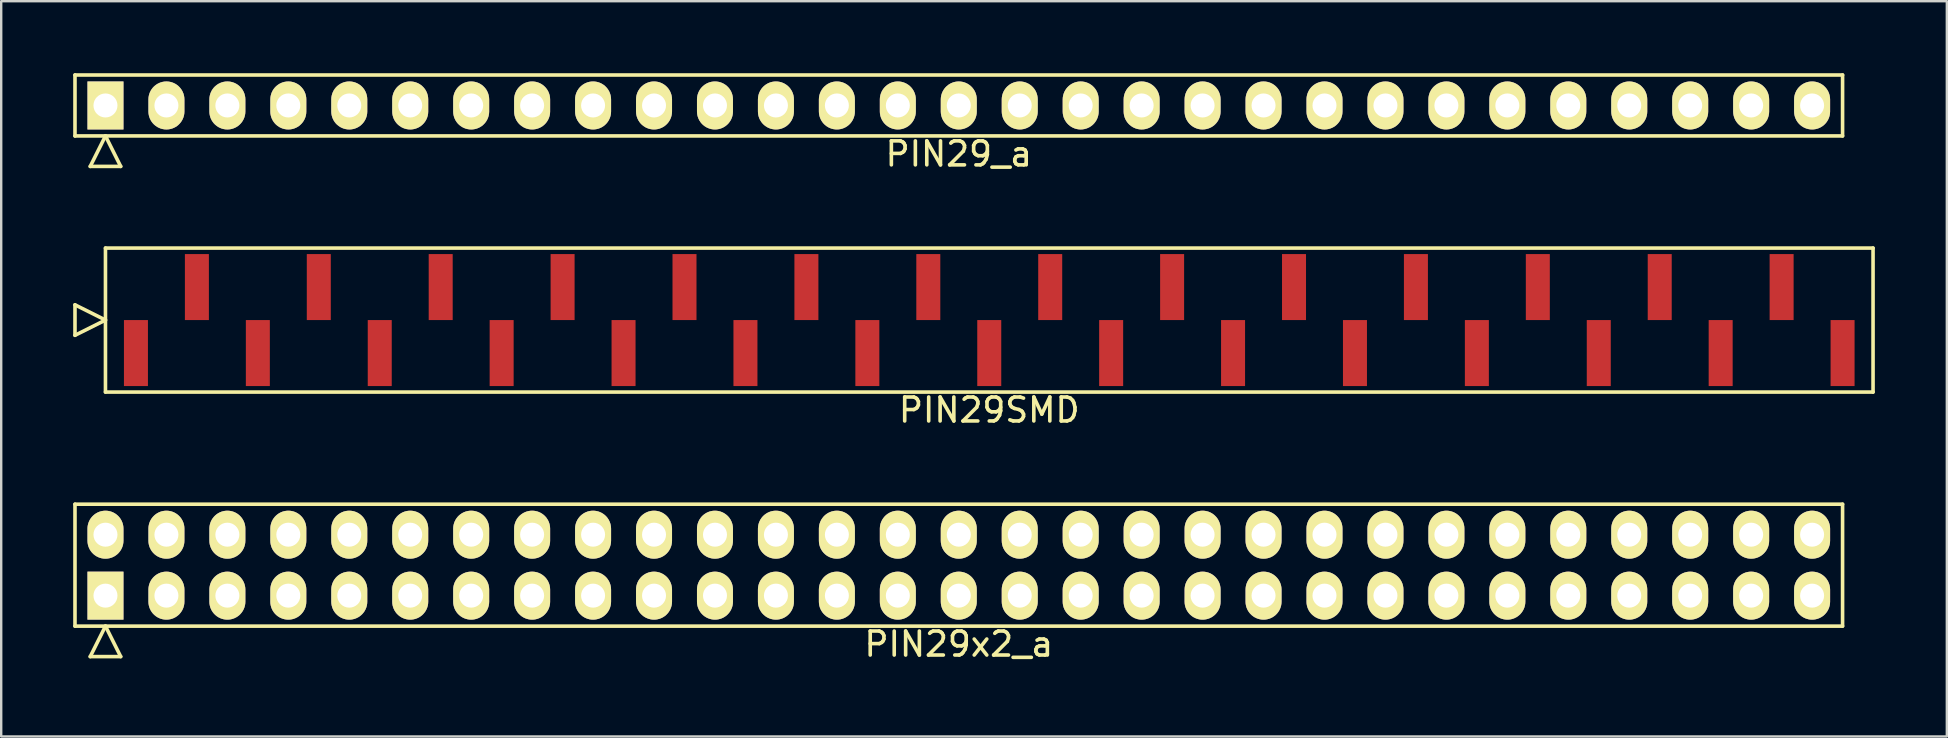
<source format=kicad_pcb>
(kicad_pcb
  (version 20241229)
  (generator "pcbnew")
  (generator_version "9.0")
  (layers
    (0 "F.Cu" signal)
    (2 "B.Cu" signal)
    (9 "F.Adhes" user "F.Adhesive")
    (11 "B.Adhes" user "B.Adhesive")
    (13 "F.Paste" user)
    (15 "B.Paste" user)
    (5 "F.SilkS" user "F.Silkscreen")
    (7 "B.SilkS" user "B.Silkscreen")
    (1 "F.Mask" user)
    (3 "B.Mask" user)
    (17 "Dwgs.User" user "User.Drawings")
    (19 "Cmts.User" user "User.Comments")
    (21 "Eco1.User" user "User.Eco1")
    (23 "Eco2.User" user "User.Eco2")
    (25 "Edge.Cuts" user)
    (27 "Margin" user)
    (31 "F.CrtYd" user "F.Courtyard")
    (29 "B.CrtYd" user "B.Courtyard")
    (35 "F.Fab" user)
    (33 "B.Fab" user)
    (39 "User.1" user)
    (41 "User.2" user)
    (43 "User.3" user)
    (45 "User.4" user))
  (footprint "PIN29x2_a"
    (layer "F.Cu")
    (at 36.905 20.502)
    (property "Reference" "PIN29x2_a" (at 0 3.29 0) (layer "F.SilkS") (effects (font (size 1 1) (thickness 0.15))))
    (attr through_hole)
    (fp_line (start -36.83 -2.54) (end -36.83 2.54) (stroke (width 0.15) (type solid)) (layer "F.SilkS"))
    (fp_line (start -36.83 2.54) (end 36.83 2.54) (stroke (width 0.15) (type solid)) (layer "F.SilkS"))
    (fp_line (start -36.195 3.81) (end -35.56 2.54) (stroke (width 0.15) (type solid)) (layer "F.SilkS"))
    (fp_line (start -36.195 3.81) (end -34.925 3.81) (stroke (width 0.15) (type solid)) (layer "F.SilkS"))
    (fp_line (start -34.925 3.81) (end -35.56 2.54) (stroke (width 0.15) (type solid)) (layer "F.SilkS"))
    (fp_line (start 36.83 -2.54) (end -36.83 -2.54) (stroke (width 0.15) (type solid)) (layer "F.SilkS"))
    (fp_line (start 36.83 2.54) (end 36.83 -2.54) (stroke (width 0.15) (type solid)) (layer "F.SilkS"))
    (pad "1" thru_hole rect (at -35.56 1.27) (size 1.5 2) (drill 1) (layers "*.Cu" "*.Mask" "F.SilkS"))
    (pad "2" thru_hole oval (at -35.56 -1.27) (size 1.5 2) (drill 1) (layers "*.Cu" "*.Mask" "F.SilkS"))
    (pad "3" thru_hole oval (at -33.02 1.27) (size 1.5 2) (drill 1) (layers "*.Cu" "*.Mask" "F.SilkS"))
    (pad "4" thru_hole oval (at -33.02 -1.27) (size 1.5 2) (drill 1) (layers "*.Cu" "*.Mask" "F.SilkS"))
    (pad "5" thru_hole oval (at -30.48 1.27) (size 1.5 2) (drill 1) (layers "*.Cu" "*.Mask" "F.SilkS"))
    (pad "6" thru_hole oval (at -30.48 -1.27) (size 1.5 2) (drill 1) (layers "*.Cu" "*.Mask" "F.SilkS"))
    (pad "7" thru_hole oval (at -27.94 1.27) (size 1.5 2) (drill 1) (layers "*.Cu" "*.Mask" "F.SilkS"))
    (pad "8" thru_hole oval (at -27.94 -1.27) (size 1.5 2) (drill 1) (layers "*.Cu" "*.Mask" "F.SilkS"))
    (pad "9" thru_hole oval (at -25.4 1.27) (size 1.5 2) (drill 1) (layers "*.Cu" "*.Mask" "F.SilkS"))
    (pad "10" thru_hole oval (at -25.4 -1.27) (size 1.5 2) (drill 1) (layers "*.Cu" "*.Mask" "F.SilkS"))
    (pad "11" thru_hole oval (at -22.86 1.27) (size 1.5 2) (drill 1) (layers "*.Cu" "*.Mask" "F.SilkS"))
    (pad "12" thru_hole oval (at -22.86 -1.27) (size 1.5 2) (drill 1) (layers "*.Cu" "*.Mask" "F.SilkS"))
    (pad "13" thru_hole oval (at -20.32 1.27) (size 1.5 2) (drill 1) (layers "*.Cu" "*.Mask" "F.SilkS"))
    (pad "14" thru_hole oval (at -20.32 -1.27) (size 1.5 2) (drill 1) (layers "*.Cu" "*.Mask" "F.SilkS"))
    (pad "15" thru_hole oval (at -17.78 1.27) (size 1.5 2) (drill 1) (layers "*.Cu" "*.Mask" "F.SilkS"))
    (pad "16" thru_hole oval (at -17.78 -1.27) (size 1.5 2) (drill 1) (layers "*.Cu" "*.Mask" "F.SilkS"))
    (pad "17" thru_hole oval (at -15.24 1.27) (size 1.5 2) (drill 1) (layers "*.Cu" "*.Mask" "F.SilkS"))
    (pad "18" thru_hole oval (at -15.24 -1.27) (size 1.5 2) (drill 1) (layers "*.Cu" "*.Mask" "F.SilkS"))
    (pad "19" thru_hole oval (at -12.7 1.27) (size 1.5 2) (drill 1) (layers "*.Cu" "*.Mask" "F.SilkS"))
    (pad "20" thru_hole oval (at -12.7 -1.27) (size 1.5 2) (drill 1) (layers "*.Cu" "*.Mask" "F.SilkS"))
    (pad "21" thru_hole oval (at -10.16 1.27) (size 1.5 2) (drill 1) (layers "*.Cu" "*.Mask" "F.SilkS"))
    (pad "22" thru_hole oval (at -10.16 -1.27) (size 1.5 2) (drill 1) (layers "*.Cu" "*.Mask" "F.SilkS"))
    (pad "23" thru_hole oval (at -7.62 1.27) (size 1.5 2) (drill 1) (layers "*.Cu" "*.Mask" "F.SilkS"))
    (pad "24" thru_hole oval (at -7.62 -1.27) (size 1.5 2) (drill 1) (layers "*.Cu" "*.Mask" "F.SilkS"))
    (pad "25" thru_hole oval (at -5.08 1.27) (size 1.5 2) (drill 1) (layers "*.Cu" "*.Mask" "F.SilkS"))
    (pad "26" thru_hole oval (at -5.08 -1.27) (size 1.5 2) (drill 1) (layers "*.Cu" "*.Mask" "F.SilkS"))
    (pad "27" thru_hole oval (at -2.54 1.27) (size 1.5 2) (drill 1) (layers "*.Cu" "*.Mask" "F.SilkS"))
    (pad "28" thru_hole oval (at -2.54 -1.27) (size 1.5 2) (drill 1) (layers "*.Cu" "*.Mask" "F.SilkS"))
    (pad "29" thru_hole oval (at 0 1.27) (size 1.5 2) (drill 1) (layers "*.Cu" "*.Mask" "F.SilkS"))
    (pad "30" thru_hole oval (at 0 -1.27) (size 1.5 2) (drill 1) (layers "*.Cu" "*.Mask" "F.SilkS"))
    (pad "31" thru_hole oval (at 2.54 1.27) (size 1.5 2) (drill 1) (layers "*.Cu" "*.Mask" "F.SilkS"))
    (pad "32" thru_hole oval (at 2.54 -1.27) (size 1.5 2) (drill 1) (layers "*.Cu" "*.Mask" "F.SilkS"))
    (pad "33" thru_hole oval (at 5.08 1.27) (size 1.5 2) (drill 1) (layers "*.Cu" "*.Mask" "F.SilkS"))
    (pad "34" thru_hole oval (at 5.08 -1.27) (size 1.5 2) (drill 1) (layers "*.Cu" "*.Mask" "F.SilkS"))
    (pad "35" thru_hole oval (at 7.62 1.27) (size 1.5 2) (drill 1) (layers "*.Cu" "*.Mask" "F.SilkS"))
    (pad "36" thru_hole oval (at 7.62 -1.27) (size 1.5 2) (drill 1) (layers "*.Cu" "*.Mask" "F.SilkS"))
    (pad "37" thru_hole oval (at 10.16 1.27) (size 1.5 2) (drill 1) (layers "*.Cu" "*.Mask" "F.SilkS"))
    (pad "38" thru_hole oval (at 10.16 -1.27) (size 1.5 2) (drill 1) (layers "*.Cu" "*.Mask" "F.SilkS"))
    (pad "39" thru_hole oval (at 12.7 1.27) (size 1.5 2) (drill 1) (layers "*.Cu" "*.Mask" "F.SilkS"))
    (pad "40" thru_hole oval (at 12.7 -1.27) (size 1.5 2) (drill 1) (layers "*.Cu" "*.Mask" "F.SilkS"))
    (pad "41" thru_hole oval (at 15.24 1.27) (size 1.5 2) (drill 1) (layers "*.Cu" "*.Mask" "F.SilkS"))
    (pad "42" thru_hole oval (at 15.24 -1.27) (size 1.5 2) (drill 1) (layers "*.Cu" "*.Mask" "F.SilkS"))
    (pad "43" thru_hole oval (at 17.78 1.27) (size 1.5 2) (drill 1) (layers "*.Cu" "*.Mask" "F.SilkS"))
    (pad "44" thru_hole oval (at 17.78 -1.27) (size 1.5 2) (drill 1) (layers "*.Cu" "*.Mask" "F.SilkS"))
    (pad "45" thru_hole oval (at 20.32 1.27) (size 1.5 2) (drill 1) (layers "*.Cu" "*.Mask" "F.SilkS"))
    (pad "46" thru_hole oval (at 20.32 -1.27) (size 1.5 2) (drill 1) (layers "*.Cu" "*.Mask" "F.SilkS"))
    (pad "47" thru_hole oval (at 22.86 1.27) (size 1.5 2) (drill 1) (layers "*.Cu" "*.Mask" "F.SilkS"))
    (pad "48" thru_hole oval (at 22.86 -1.27) (size 1.5 2) (drill 1) (layers "*.Cu" "*.Mask" "F.SilkS"))
    (pad "49" thru_hole oval (at 25.4 1.27) (size 1.5 2) (drill 1) (layers "*.Cu" "*.Mask" "F.SilkS"))
    (pad "50" thru_hole oval (at 25.4 -1.27) (size 1.5 2) (drill 1) (layers "*.Cu" "*.Mask" "F.SilkS"))
    (pad "51" thru_hole oval (at 27.94 1.27) (size 1.5 2) (drill 1) (layers "*.Cu" "*.Mask" "F.SilkS"))
    (pad "52" thru_hole oval (at 27.94 -1.27) (size 1.5 2) (drill 1) (layers "*.Cu" "*.Mask" "F.SilkS"))
    (pad "53" thru_hole oval (at 30.48 1.27) (size 1.5 2) (drill 1) (layers "*.Cu" "*.Mask" "F.SilkS"))
    (pad "54" thru_hole oval (at 30.48 -1.27) (size 1.5 2) (drill 1) (layers "*.Cu" "*.Mask" "F.SilkS"))
    (pad "55" thru_hole oval (at 33.02 1.27) (size 1.5 2) (drill 1) (layers "*.Cu" "*.Mask" "F.SilkS"))
    (pad "56" thru_hole oval (at 33.02 -1.27) (size 1.5 2) (drill 1) (layers "*.Cu" "*.Mask" "F.SilkS"))
    (pad "57" thru_hole oval (at 35.56 1.27) (size 1.5 2) (drill 1) (layers "*.Cu" "*.Mask" "F.SilkS"))
    (pad "58" thru_hole oval (at 35.56 -1.27) (size 1.5 2) (drill 1) (layers "*.Cu" "*.Mask" "F.SilkS")))
  (footprint "PIN29_a"
    (layer "F.Cu")
    (at 36.905 1.345)
    (property "Reference" "PIN29_a" (at 0 2.02 0) (layer "F.SilkS") (effects (font (size 1 1) (thickness 0.15))))
    (attr through_hole)
    (fp_line (start -36.83 -1.27) (end -36.83 1.27) (stroke (width 0.15) (type solid)) (layer "F.SilkS"))
    (fp_line (start -36.83 1.27) (end 36.83 1.27) (stroke (width 0.15) (type solid)) (layer "F.SilkS"))
    (fp_line (start -36.195 2.54) (end -35.56 1.27) (stroke (width 0.15) (type solid)) (layer "F.SilkS"))
    (fp_line (start -36.195 2.54) (end -34.925 2.54) (stroke (width 0.15) (type solid)) (layer "F.SilkS"))
    (fp_line (start -34.925 2.54) (end -35.56 1.27) (stroke (width 0.15) (type solid)) (layer "F.SilkS"))
    (fp_line (start 36.83 -1.27) (end -36.83 -1.27) (stroke (width 0.15) (type solid)) (layer "F.SilkS"))
    (fp_line (start 36.83 1.27) (end 36.83 -1.27) (stroke (width 0.15) (type solid)) (layer "F.SilkS"))
    (pad "1" thru_hole rect (at -35.56 0) (size 1.5 2) (drill 1) (layers "*.Cu" "*.Mask" "F.SilkS"))
    (pad "2" thru_hole oval (at -33.02 0) (size 1.5 2) (drill 1) (layers "*.Cu" "*.Mask" "F.SilkS"))
    (pad "3" thru_hole oval (at -30.48 0) (size 1.5 2) (drill 1) (layers "*.Cu" "*.Mask" "F.SilkS"))
    (pad "4" thru_hole oval (at -27.94 0) (size 1.5 2) (drill 1) (layers "*.Cu" "*.Mask" "F.SilkS"))
    (pad "5" thru_hole oval (at -25.4 0) (size 1.5 2) (drill 1) (layers "*.Cu" "*.Mask" "F.SilkS"))
    (pad "6" thru_hole oval (at -22.86 0) (size 1.5 2) (drill 1) (layers "*.Cu" "*.Mask" "F.SilkS"))
    (pad "7" thru_hole oval (at -20.32 0) (size 1.5 2) (drill 1) (layers "*.Cu" "*.Mask" "F.SilkS"))
    (pad "8" thru_hole oval (at -17.78 0) (size 1.5 2) (drill 1) (layers "*.Cu" "*.Mask" "F.SilkS"))
    (pad "9" thru_hole oval (at -15.24 0) (size 1.5 2) (drill 1) (layers "*.Cu" "*.Mask" "F.SilkS"))
    (pad "10" thru_hole oval (at -12.7 0) (size 1.5 2) (drill 1) (layers "*.Cu" "*.Mask" "F.SilkS"))
    (pad "11" thru_hole oval (at -10.16 0) (size 1.5 2) (drill 1) (layers "*.Cu" "*.Mask" "F.SilkS"))
    (pad "12" thru_hole oval (at -7.62 0) (size 1.5 2) (drill 1) (layers "*.Cu" "*.Mask" "F.SilkS"))
    (pad "13" thru_hole oval (at -5.08 0) (size 1.5 2) (drill 1) (layers "*.Cu" "*.Mask" "F.SilkS"))
    (pad "14" thru_hole oval (at -2.54 0) (size 1.5 2) (drill 1) (layers "*.Cu" "*.Mask" "F.SilkS"))
    (pad "15" thru_hole oval (at 0 0) (size 1.5 2) (drill 1) (layers "*.Cu" "*.Mask" "F.SilkS"))
    (pad "16" thru_hole oval (at 2.54 0) (size 1.5 2) (drill 1) (layers "*.Cu" "*.Mask" "F.SilkS"))
    (pad "17" thru_hole oval (at 5.08 0) (size 1.5 2) (drill 1) (layers "*.Cu" "*.Mask" "F.SilkS"))
    (pad "18" thru_hole oval (at 7.62 0) (size 1.5 2) (drill 1) (layers "*.Cu" "*.Mask" "F.SilkS"))
    (pad "19" thru_hole oval (at 10.16 0) (size 1.5 2) (drill 1) (layers "*.Cu" "*.Mask" "F.SilkS"))
    (pad "20" thru_hole oval (at 12.7 0) (size 1.5 2) (drill 1) (layers "*.Cu" "*.Mask" "F.SilkS"))
    (pad "21" thru_hole oval (at 15.24 0) (size 1.5 2) (drill 1) (layers "*.Cu" "*.Mask" "F.SilkS"))
    (pad "22" thru_hole oval (at 17.78 0) (size 1.5 2) (drill 1) (layers "*.Cu" "*.Mask" "F.SilkS"))
    (pad "23" thru_hole oval (at 20.32 0) (size 1.5 2) (drill 1) (layers "*.Cu" "*.Mask" "F.SilkS"))
    (pad "24" thru_hole oval (at 22.86 0) (size 1.5 2) (drill 1) (layers "*.Cu" "*.Mask" "F.SilkS"))
    (pad "25" thru_hole oval (at 25.4 0) (size 1.5 2) (drill 1) (layers "*.Cu" "*.Mask" "F.SilkS"))
    (pad "26" thru_hole oval (at 27.94 0) (size 1.5 2) (drill 1) (layers "*.Cu" "*.Mask" "F.SilkS"))
    (pad "27" thru_hole oval (at 30.48 0) (size 1.5 2) (drill 1) (layers "*.Cu" "*.Mask" "F.SilkS"))
    (pad "28" thru_hole oval (at 33.02 0) (size 1.5 2) (drill 1) (layers "*.Cu" "*.Mask" "F.SilkS"))
    (pad "29" thru_hole oval (at 35.56 0) (size 1.5 2) (drill 1) (layers "*.Cu" "*.Mask" "F.SilkS")))
  (footprint "PIN29SMD"
    (layer "F.Cu")
    (at 38.175 10.288)
    (property "Reference" "PIN29SMD" (at 0 3.75 0) (layer "F.SilkS") (effects (font (size 1 1) (thickness 0.15))))
    (attr through_hole)
    (fp_line (start -38.1 0.635) (end -38.1 -0.635) (stroke (width 0.15) (type solid)) (layer "F.SilkS"))
    (fp_line (start -36.83 -3) (end -36.83 3) (stroke (width 0.15) (type solid)) (layer "F.SilkS"))
    (fp_line (start -36.83 0) (end -38.1 -0.635) (stroke (width 0.15) (type solid)) (layer "F.SilkS"))
    (fp_line (start -36.83 0) (end -38.1 0.635) (stroke (width 0.15) (type solid)) (layer "F.SilkS"))
    (fp_line (start -36.83 3) (end 36.83 3) (stroke (width 0.15) (type solid)) (layer "F.SilkS"))
    (fp_line (start 36.83 -3) (end -36.83 -3) (stroke (width 0.15) (type solid)) (layer "F.SilkS"))
    (fp_line (start 36.83 3) (end 36.83 -3) (stroke (width 0.15) (type solid)) (layer "F.SilkS"))
    (pad "1" smd rect (at -35.56 1.375) (size 1 2.75) (layers "F.Cu" "F.Mask" "F.Paste"))
    (pad "2" smd rect (at -33.02 -1.375) (size 1 2.75) (layers "F.Cu" "F.Mask" "F.Paste"))
    (pad "3" smd rect (at -30.48 1.375) (size 1 2.75) (layers "F.Cu" "F.Mask" "F.Paste"))
    (pad "4" smd rect (at -27.94 -1.375) (size 1 2.75) (layers "F.Cu" "F.Mask" "F.Paste"))
    (pad "5" smd rect (at -25.4 1.375) (size 1 2.75) (layers "F.Cu" "F.Mask" "F.Paste"))
    (pad "6" smd rect (at -22.86 -1.375) (size 1 2.75) (layers "F.Cu" "F.Mask" "F.Paste"))
    (pad "7" smd rect (at -20.32 1.375) (size 1 2.75) (layers "F.Cu" "F.Mask" "F.Paste"))
    (pad "8" smd rect (at -17.78 -1.375) (size 1 2.75) (layers "F.Cu" "F.Mask" "F.Paste"))
    (pad "9" smd rect (at -15.24 1.375) (size 1 2.75) (layers "F.Cu" "F.Mask" "F.Paste"))
    (pad "10" smd rect (at -12.7 -1.375) (size 1 2.75) (layers "F.Cu" "F.Mask" "F.Paste"))
    (pad "11" smd rect (at -10.16 1.375) (size 1 2.75) (layers "F.Cu" "F.Mask" "F.Paste"))
    (pad "12" smd rect (at -7.62 -1.375) (size 1 2.75) (layers "F.Cu" "F.Mask" "F.Paste"))
    (pad "13" smd rect (at -5.08 1.375) (size 1 2.75) (layers "F.Cu" "F.Mask" "F.Paste"))
    (pad "14" smd rect (at -2.54 -1.375) (size 1 2.75) (layers "F.Cu" "F.Mask" "F.Paste"))
    (pad "15" smd rect (at 0 1.375) (size 1 2.75) (layers "F.Cu" "F.Mask" "F.Paste"))
    (pad "16" smd rect (at 2.54 -1.375) (size 1 2.75) (layers "F.Cu" "F.Mask" "F.Paste"))
    (pad "17" smd rect (at 5.08 1.375) (size 1 2.75) (layers "F.Cu" "F.Mask" "F.Paste"))
    (pad "18" smd rect (at 7.62 -1.375) (size 1 2.75) (layers "F.Cu" "F.Mask" "F.Paste"))
    (pad "19" smd rect (at 10.16 1.375) (size 1 2.75) (layers "F.Cu" "F.Mask" "F.Paste"))
    (pad "20" smd rect (at 12.7 -1.375) (size 1 2.75) (layers "F.Cu" "F.Mask" "F.Paste"))
    (pad "21" smd rect (at 15.24 1.375) (size 1 2.75) (layers "F.Cu" "F.Mask" "F.Paste"))
    (pad "22" smd rect (at 17.78 -1.375) (size 1 2.75) (layers "F.Cu" "F.Mask" "F.Paste"))
    (pad "23" smd rect (at 20.32 1.375) (size 1 2.75) (layers "F.Cu" "F.Mask" "F.Paste"))
    (pad "24" smd rect (at 22.86 -1.375) (size 1 2.75) (layers "F.Cu" "F.Mask" "F.Paste"))
    (pad "25" smd rect (at 25.4 1.375) (size 1 2.75) (layers "F.Cu" "F.Mask" "F.Paste"))
    (pad "26" smd rect (at 27.94 -1.375) (size 1 2.75) (layers "F.Cu" "F.Mask" "F.Paste"))
    (pad "27" smd rect (at 30.48 1.375) (size 1 2.75) (layers "F.Cu" "F.Mask" "F.Paste"))
    (pad "28" smd rect (at 33.02 -1.375) (size 1 2.75) (layers "F.Cu" "F.Mask" "F.Paste"))
    (pad "29" smd rect (at 35.56 1.375) (size 1 2.75) (layers "F.Cu" "F.Mask" "F.Paste")))
  (gr_rect
    (start -3 -3)
    (end 78.08 27.64)
    (stroke (width 0.1) (type default))
    (fill no)
    (layer "Edge.Cuts")))
</source>
